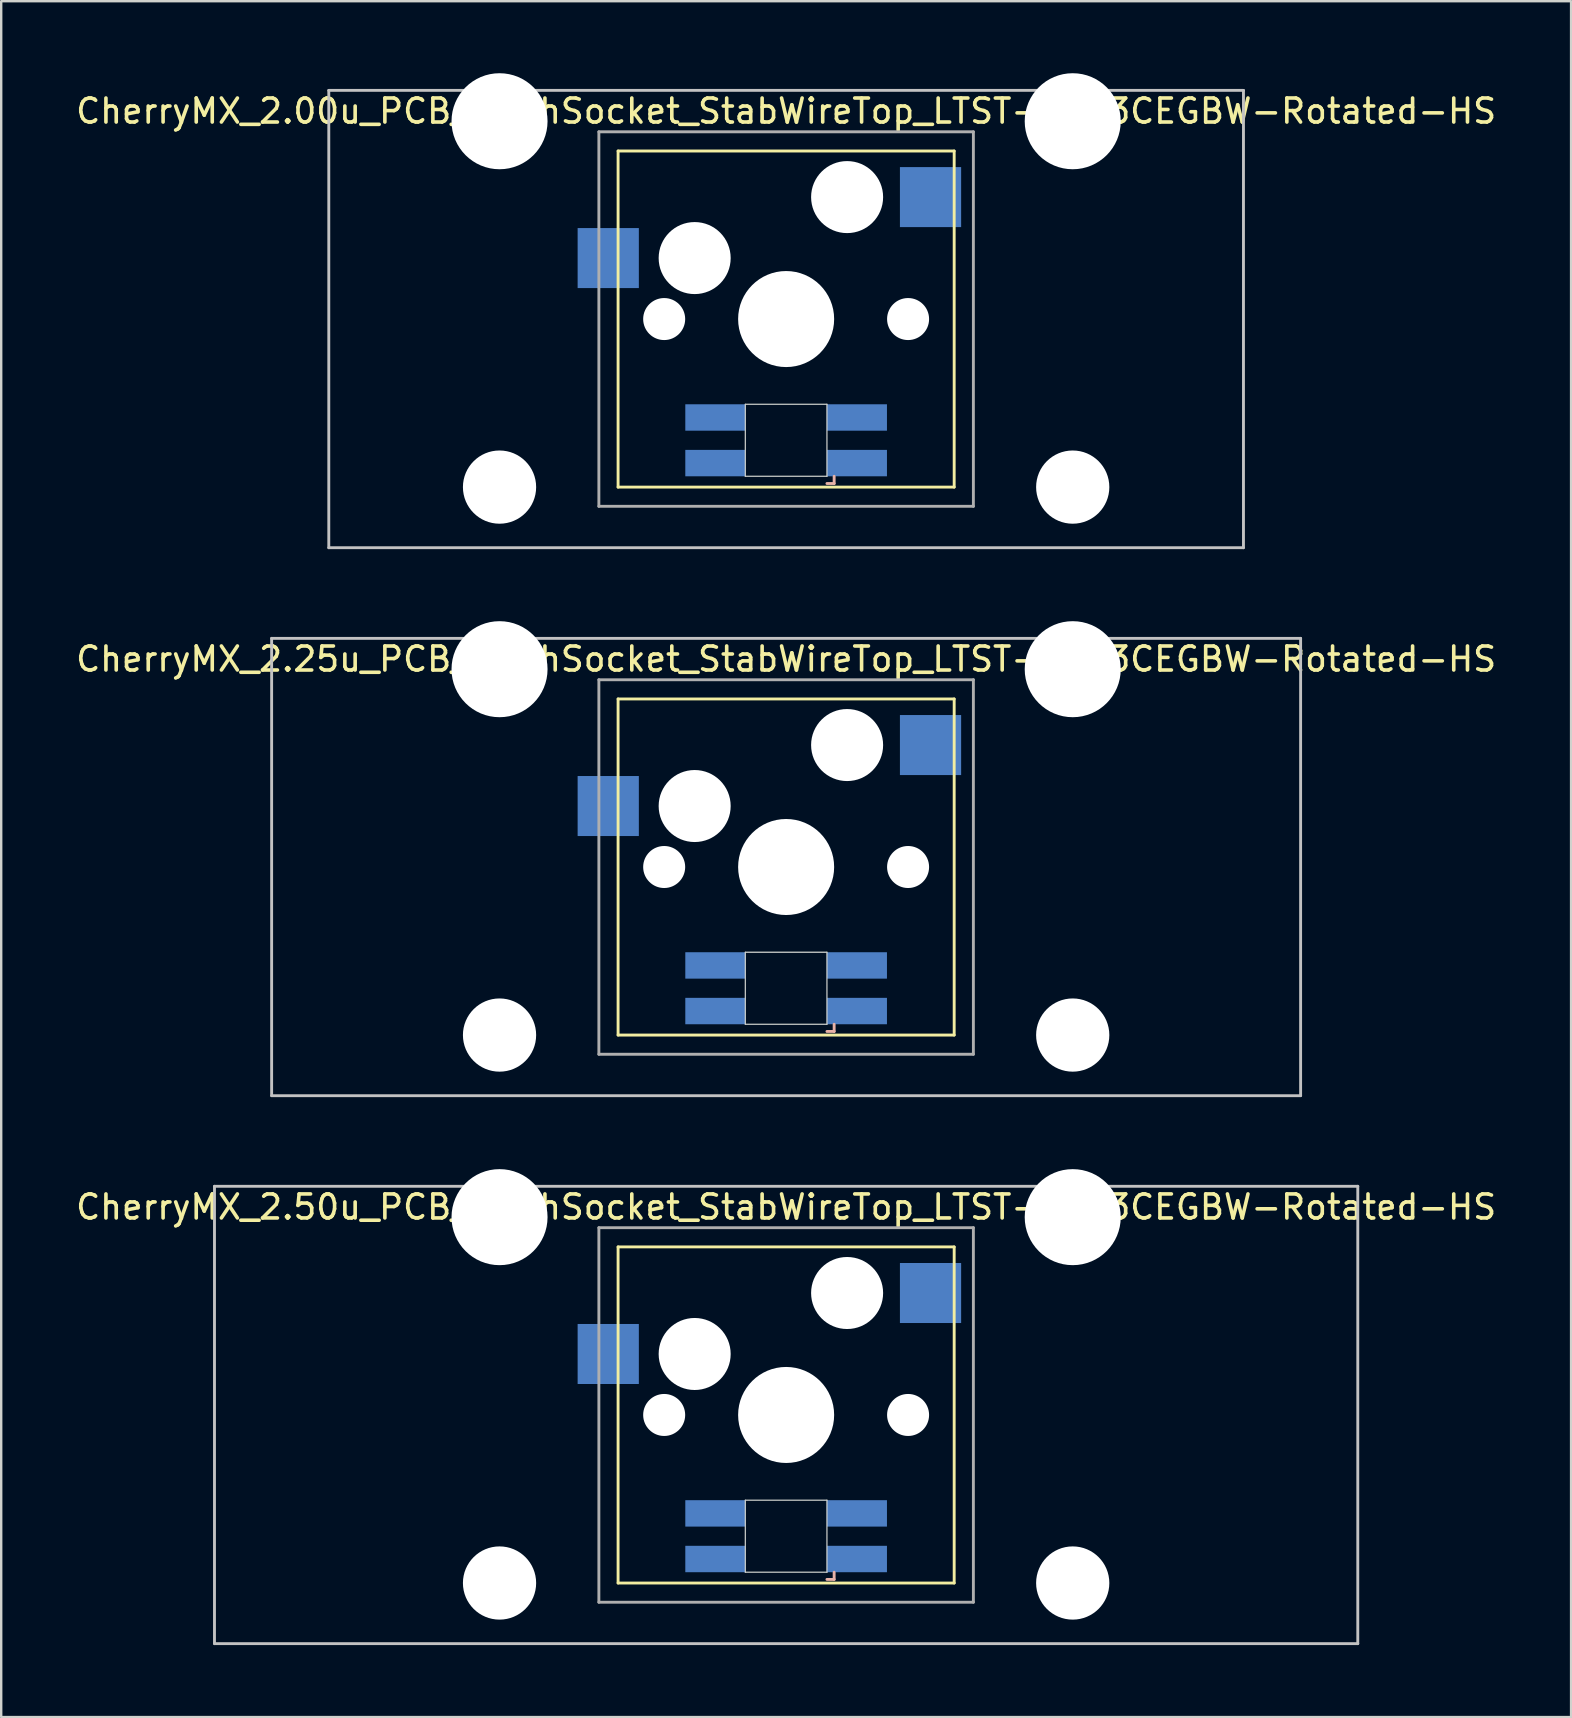
<source format=kicad_pcb>
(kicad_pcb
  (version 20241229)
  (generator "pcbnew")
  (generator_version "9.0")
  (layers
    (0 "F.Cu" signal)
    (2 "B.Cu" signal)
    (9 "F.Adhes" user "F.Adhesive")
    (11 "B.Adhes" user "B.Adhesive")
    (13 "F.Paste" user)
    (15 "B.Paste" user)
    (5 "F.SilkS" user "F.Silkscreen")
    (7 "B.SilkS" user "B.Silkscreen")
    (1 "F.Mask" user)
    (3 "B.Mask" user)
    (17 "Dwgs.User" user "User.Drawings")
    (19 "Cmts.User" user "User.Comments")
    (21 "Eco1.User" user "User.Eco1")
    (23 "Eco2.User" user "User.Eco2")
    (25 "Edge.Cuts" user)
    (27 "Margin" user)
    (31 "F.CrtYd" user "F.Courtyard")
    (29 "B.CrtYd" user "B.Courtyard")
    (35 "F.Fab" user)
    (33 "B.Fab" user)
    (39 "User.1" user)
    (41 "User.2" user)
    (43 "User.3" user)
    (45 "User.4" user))
  (footprint "CherryMX_2.25u_PCB_KailhSocket_StabWireTop_LTST-A683CEGBW-Rotated-HS"
    (layer "F.Cu")
    (at 29.696 33.065)
    (property "Reference" "CherryMX_2.25u_PCB_KailhSocket_StabWireTop_LTST-A683CEGBW-Rotated-HS" (at 0 -8.662 0) (layer "F.SilkS") (effects (font (size 1 1) (thickness 0.15))))
    (attr through_hole)
    (fp_line (start -7 -7) (end -7 7) (stroke (width 0.12) (type solid)) (layer "F.SilkS"))
    (fp_line (start -7 -7) (end 7 -7) (stroke (width 0.12) (type solid)) (layer "F.SilkS"))
    (fp_line (start 7 -7) (end 7 7) (stroke (width 0.12) (type solid)) (layer "F.SilkS"))
    (fp_line (start 7 7) (end -7 7) (stroke (width 0.12) (type solid)) (layer "F.SilkS"))
    (fp_line (start 1.7 6.85) (end 2 6.85) (stroke (width 0.12) (type solid)) (layer "B.SilkS"))
    (fp_line (start 2 6.85) (end 2 6.55) (stroke (width 0.12) (type solid)) (layer "B.SilkS"))
    (fp_line (start -21.431 -9.525) (end 21.431 -9.525) (stroke (width 0.12) (type solid)) (layer "Dwgs.User"))
    (fp_line (start -21.431 9.525) (end -21.431 -9.525) (stroke (width 0.12) (type solid)) (layer "Dwgs.User"))
    (fp_line (start 21.431 -9.525) (end 21.431 9.525) (stroke (width 0.12) (type solid)) (layer "Dwgs.User"))
    (fp_line (start 21.431 9.525) (end -21.431 9.525) (stroke (width 0.12) (type solid)) (layer "Dwgs.User"))
    (fp_line (start -1.7 3.55) (end 1.7 3.55) (stroke (width 0.05) (type solid)) (layer "Edge.Cuts"))
    (fp_line (start -1.7 6.55) (end -1.7 3.55) (stroke (width 0.05) (type solid)) (layer "Edge.Cuts"))
    (fp_line (start 1.7 3.55) (end 1.7 6.55) (stroke (width 0.05) (type solid)) (layer "Edge.Cuts"))
    (fp_line (start 1.7 6.55) (end -1.7 6.55) (stroke (width 0.05) (type solid)) (layer "Edge.Cuts"))
    (fp_line (start -7.8 -7.8) (end -7.8 7.8) (stroke (width 0.12) (type solid)) (layer "F.Fab"))
    (fp_line (start -7.8 -7.8) (end 7.8 -7.8) (stroke (width 0.12) (type solid)) (layer "F.Fab"))
    (fp_line (start -7.8 7.8) (end 7.8 7.8) (stroke (width 0.12) (type solid)) (layer "F.Fab"))
    (fp_line (start 7.8 -7.8) (end 7.8 7.8) (stroke (width 0.12) (type solid)) (layer "F.Fab"))
    (pad "" np_thru_hole circle (at -11.938 -8.24) (size 4 4) (drill 4) (layers "*.Cu" "*.Mask"))
    (pad "" np_thru_hole circle (at -11.938 7) (size 3.05 3.05) (drill 3.05) (layers "*.Cu" "*.Mask"))
    (pad "" np_thru_hole circle (at -5.08 0) (size 1.75 1.75) (drill 1.75) (layers "*.Cu" "*.Mask"))
    (pad "" np_thru_hole circle (at -3.81 -2.54) (size 3 3) (drill 3) (layers "*.Cu" "*.Mask"))
    (pad "" np_thru_hole circle (at 0 0) (size 4 4) (drill 4) (layers "*.Cu" "*.Mask"))
    (pad "" np_thru_hole circle (at 2.54 -5.08) (size 3 3) (drill 3) (layers "*.Cu" "*.Mask"))
    (pad "" np_thru_hole circle (at 5.08 0) (size 1.75 1.75) (drill 1.75) (layers "*.Cu" "*.Mask"))
    (pad "" np_thru_hole circle (at 11.938 -8.24) (size 4 4) (drill 4) (layers "*.Cu" "*.Mask"))
    (pad "" np_thru_hole circle (at 11.938 7) (size 3.05 3.05) (drill 3.05) (layers "*.Cu" "*.Mask"))
    (pad "1" smd rect (at -7.41 -2.54) (size 2.55 2.5) (layers "B.Cu" "B.Mask" "B.Paste"))
    (pad "2" smd rect (at 6.015 -5.08) (size 2.55 2.5) (layers "B.Cu" "B.Mask" "B.Paste"))
    (pad "3" smd rect (at 2.95 6) (size 2.5 1.1) (layers "B.Cu" "B.Mask" "B.Paste"))
    (pad "4" smd rect (at 2.95 4.1) (size 2.5 1.1) (layers "B.Cu" "B.Mask" "B.Paste"))
    (pad "5" smd rect (at -2.95 6) (size 2.5 1.1) (layers "B.Cu" "B.Mask" "B.Paste"))
    (pad "6" smd rect (at -2.95 4.1) (size 2.5 1.1) (layers "B.Cu" "B.Mask" "B.Paste")))
  (footprint "CherryMX_2.50u_PCB_KailhSocket_StabWireTop_LTST-A683CEGBW-Rotated-HS"
    (layer "F.Cu")
    (at 29.696 55.89)
    (property "Reference" "CherryMX_2.50u_PCB_KailhSocket_StabWireTop_LTST-A683CEGBW-Rotated-HS" (at 0 -8.662 0) (layer "F.SilkS") (effects (font (size 1 1) (thickness 0.15))))
    (attr through_hole)
    (fp_line (start -7 -7) (end -7 7) (stroke (width 0.12) (type solid)) (layer "F.SilkS"))
    (fp_line (start -7 -7) (end 7 -7) (stroke (width 0.12) (type solid)) (layer "F.SilkS"))
    (fp_line (start 7 -7) (end 7 7) (stroke (width 0.12) (type solid)) (layer "F.SilkS"))
    (fp_line (start 7 7) (end -7 7) (stroke (width 0.12) (type solid)) (layer "F.SilkS"))
    (fp_line (start 1.7 6.85) (end 2 6.85) (stroke (width 0.12) (type solid)) (layer "B.SilkS"))
    (fp_line (start 2 6.85) (end 2 6.55) (stroke (width 0.12) (type solid)) (layer "B.SilkS"))
    (fp_line (start -23.812 -9.525) (end 23.812 -9.525) (stroke (width 0.12) (type solid)) (layer "Dwgs.User"))
    (fp_line (start -23.812 9.525) (end -23.812 -9.525) (stroke (width 0.12) (type solid)) (layer "Dwgs.User"))
    (fp_line (start 23.812 -9.525) (end 23.812 9.525) (stroke (width 0.12) (type solid)) (layer "Dwgs.User"))
    (fp_line (start 23.812 9.525) (end -23.812 9.525) (stroke (width 0.12) (type solid)) (layer "Dwgs.User"))
    (fp_line (start -1.7 3.55) (end 1.7 3.55) (stroke (width 0.05) (type solid)) (layer "Edge.Cuts"))
    (fp_line (start -1.7 6.55) (end -1.7 3.55) (stroke (width 0.05) (type solid)) (layer "Edge.Cuts"))
    (fp_line (start 1.7 3.55) (end 1.7 6.55) (stroke (width 0.05) (type solid)) (layer "Edge.Cuts"))
    (fp_line (start 1.7 6.55) (end -1.7 6.55) (stroke (width 0.05) (type solid)) (layer "Edge.Cuts"))
    (fp_line (start -7.8 -7.8) (end -7.8 7.8) (stroke (width 0.12) (type solid)) (layer "F.Fab"))
    (fp_line (start -7.8 -7.8) (end 7.8 -7.8) (stroke (width 0.12) (type solid)) (layer "F.Fab"))
    (fp_line (start -7.8 7.8) (end 7.8 7.8) (stroke (width 0.12) (type solid)) (layer "F.Fab"))
    (fp_line (start 7.8 -7.8) (end 7.8 7.8) (stroke (width 0.12) (type solid)) (layer "F.Fab"))
    (pad "" np_thru_hole circle (at -11.938 -8.24) (size 4 4) (drill 4) (layers "*.Cu" "*.Mask"))
    (pad "" np_thru_hole circle (at -11.938 7) (size 3.05 3.05) (drill 3.05) (layers "*.Cu" "*.Mask"))
    (pad "" np_thru_hole circle (at -5.08 0) (size 1.75 1.75) (drill 1.75) (layers "*.Cu" "*.Mask"))
    (pad "" np_thru_hole circle (at -3.81 -2.54) (size 3 3) (drill 3) (layers "*.Cu" "*.Mask"))
    (pad "" np_thru_hole circle (at 0 0) (size 4 4) (drill 4) (layers "*.Cu" "*.Mask"))
    (pad "" np_thru_hole circle (at 2.54 -5.08) (size 3 3) (drill 3) (layers "*.Cu" "*.Mask"))
    (pad "" np_thru_hole circle (at 5.08 0) (size 1.75 1.75) (drill 1.75) (layers "*.Cu" "*.Mask"))
    (pad "" np_thru_hole circle (at 11.938 -8.24) (size 4 4) (drill 4) (layers "*.Cu" "*.Mask"))
    (pad "" np_thru_hole circle (at 11.938 7) (size 3.05 3.05) (drill 3.05) (layers "*.Cu" "*.Mask"))
    (pad "1" smd rect (at -7.41 -2.54) (size 2.55 2.5) (layers "B.Cu" "B.Mask" "B.Paste"))
    (pad "2" smd rect (at 6.015 -5.08) (size 2.55 2.5) (layers "B.Cu" "B.Mask" "B.Paste"))
    (pad "3" smd rect (at 2.95 6) (size 2.5 1.1) (layers "B.Cu" "B.Mask" "B.Paste"))
    (pad "4" smd rect (at 2.95 4.1) (size 2.5 1.1) (layers "B.Cu" "B.Mask" "B.Paste"))
    (pad "5" smd rect (at -2.95 6) (size 2.5 1.1) (layers "B.Cu" "B.Mask" "B.Paste"))
    (pad "6" smd rect (at -2.95 4.1) (size 2.5 1.1) (layers "B.Cu" "B.Mask" "B.Paste")))
  (footprint "CherryMX_2.00u_PCB_KailhSocket_StabWireTop_LTST-A683CEGBW-Rotated-HS"
    (layer "F.Cu")
    (at 29.696 10.24)
    (property "Reference" "CherryMX_2.00u_PCB_KailhSocket_StabWireTop_LTST-A683CEGBW-Rotated-HS" (at 0 -8.662 0) (layer "F.SilkS") (effects (font (size 1 1) (thickness 0.15))))
    (attr through_hole)
    (fp_line (start -7 -7) (end -7 7) (stroke (width 0.12) (type solid)) (layer "F.SilkS"))
    (fp_line (start -7 -7) (end 7 -7) (stroke (width 0.12) (type solid)) (layer "F.SilkS"))
    (fp_line (start 7 -7) (end 7 7) (stroke (width 0.12) (type solid)) (layer "F.SilkS"))
    (fp_line (start 7 7) (end -7 7) (stroke (width 0.12) (type solid)) (layer "F.SilkS"))
    (fp_line (start 1.7 6.85) (end 2 6.85) (stroke (width 0.12) (type solid)) (layer "B.SilkS"))
    (fp_line (start 2 6.85) (end 2 6.55) (stroke (width 0.12) (type solid)) (layer "B.SilkS"))
    (fp_line (start -19.05 -9.525) (end 19.05 -9.525) (stroke (width 0.12) (type solid)) (layer "Dwgs.User"))
    (fp_line (start -19.05 9.525) (end -19.05 -9.525) (stroke (width 0.12) (type solid)) (layer "Dwgs.User"))
    (fp_line (start 19.05 -9.525) (end 19.05 9.525) (stroke (width 0.12) (type solid)) (layer "Dwgs.User"))
    (fp_line (start 19.05 9.525) (end -19.05 9.525) (stroke (width 0.12) (type solid)) (layer "Dwgs.User"))
    (fp_line (start -1.7 3.55) (end 1.7 3.55) (stroke (width 0.05) (type solid)) (layer "Edge.Cuts"))
    (fp_line (start -1.7 6.55) (end -1.7 3.55) (stroke (width 0.05) (type solid)) (layer "Edge.Cuts"))
    (fp_line (start 1.7 3.55) (end 1.7 6.55) (stroke (width 0.05) (type solid)) (layer "Edge.Cuts"))
    (fp_line (start 1.7 6.55) (end -1.7 6.55) (stroke (width 0.05) (type solid)) (layer "Edge.Cuts"))
    (fp_line (start -7.8 -7.8) (end -7.8 7.8) (stroke (width 0.12) (type solid)) (layer "F.Fab"))
    (fp_line (start -7.8 -7.8) (end 7.8 -7.8) (stroke (width 0.12) (type solid)) (layer "F.Fab"))
    (fp_line (start -7.8 7.8) (end 7.8 7.8) (stroke (width 0.12) (type solid)) (layer "F.Fab"))
    (fp_line (start 7.8 -7.8) (end 7.8 7.8) (stroke (width 0.12) (type solid)) (layer "F.Fab"))
    (pad "" np_thru_hole circle (at -11.938 -8.24) (size 4 4) (drill 4) (layers "*.Cu" "*.Mask"))
    (pad "" np_thru_hole circle (at -11.938 7) (size 3.05 3.05) (drill 3.05) (layers "*.Cu" "*.Mask"))
    (pad "" np_thru_hole circle (at -5.08 0) (size 1.75 1.75) (drill 1.75) (layers "*.Cu" "*.Mask"))
    (pad "" np_thru_hole circle (at -3.81 -2.54) (size 3 3) (drill 3) (layers "*.Cu" "*.Mask"))
    (pad "" np_thru_hole circle (at 0 0) (size 4 4) (drill 4) (layers "*.Cu" "*.Mask"))
    (pad "" np_thru_hole circle (at 2.54 -5.08) (size 3 3) (drill 3) (layers "*.Cu" "*.Mask"))
    (pad "" np_thru_hole circle (at 5.08 0) (size 1.75 1.75) (drill 1.75) (layers "*.Cu" "*.Mask"))
    (pad "" np_thru_hole circle (at 11.938 -8.24) (size 4 4) (drill 4) (layers "*.Cu" "*.Mask"))
    (pad "" np_thru_hole circle (at 11.938 7) (size 3.05 3.05) (drill 3.05) (layers "*.Cu" "*.Mask"))
    (pad "1" smd rect (at -7.41 -2.54) (size 2.55 2.5) (layers "B.Cu" "B.Mask" "B.Paste"))
    (pad "2" smd rect (at 6.015 -5.08) (size 2.55 2.5) (layers "B.Cu" "B.Mask" "B.Paste"))
    (pad "3" smd rect (at 2.95 6) (size 2.5 1.1) (layers "B.Cu" "B.Mask" "B.Paste"))
    (pad "4" smd rect (at 2.95 4.1) (size 2.5 1.1) (layers "B.Cu" "B.Mask" "B.Paste"))
    (pad "5" smd rect (at -2.95 6) (size 2.5 1.1) (layers "B.Cu" "B.Mask" "B.Paste"))
    (pad "6" smd rect (at -2.95 4.1) (size 2.5 1.1) (layers "B.Cu" "B.Mask" "B.Paste")))
  (gr_rect
    (start -3 -3)
    (end 62.393 68.475)
    (stroke (width 0.1) (type default))
    (fill no)
    (layer "Edge.Cuts")))
</source>
